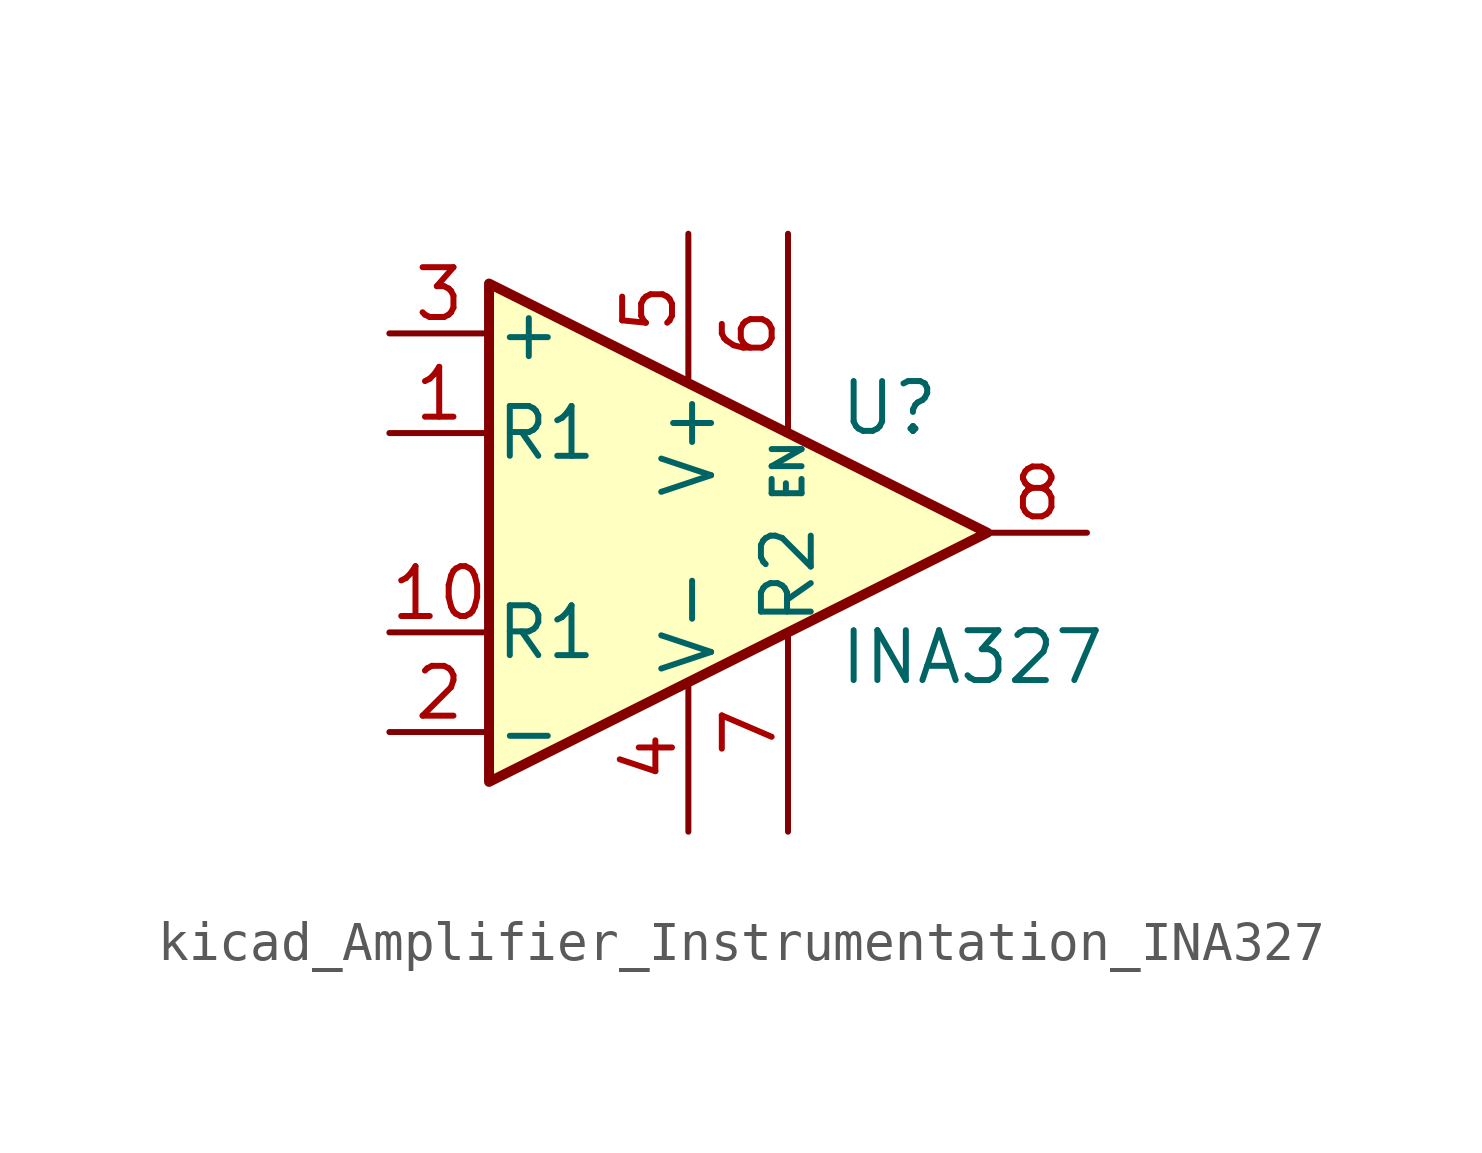
<source format=kicad_sym>
(kicad_symbol_lib
  (version 20220914)
  (generator kicad_symbol_editor)
  (symbol "kicad_Amplifier_Instrumentation_INA327"
    (pin_names
      (offset 0.127))
    (property "Reference" "U"
      (at 3.81 3.175 0)
      (effects (font (size 1.27 1.27)) (justify left)))
    (property "Value" "INA327"
      (at 3.81 -3.175 0)
      (effects (font (size 1.27 1.27)) (justify left)))
    (symbol "kicad_Amplifier_Instrumentation_INA327_0_1"
      (polyline (pts (xy 7.62 0) (xy -5.08 6.35) (xy -5.08 -6.35) (xy 7.62 0)) (stroke (width 0.254) (type default)) (fill (type background))))
    (symbol "kicad_Amplifier_Instrumentation_INA327_1_1"
      (pin passive line (at -7.62 2.54 0) (length 2.54) (name "R1" (effects (font (size 1.27 1.27)))) (number "1" (effects (font (size 1.27 1.27)))))
      (pin passive line (at -7.62 -2.54 0) (length 2.54) (name "R1" (effects (font (size 1.27 1.27)))) (number "10" (effects (font (size 1.27 1.27)))))
      (pin input line (at -7.62 -5.08 0) (length 2.54) (name "-" (effects (font (size 1.27 1.27)))) (number "2" (effects (font (size 1.27 1.27)))))
      (pin input line (at -7.62 5.08 0) (length 2.54) (name "+" (effects (font (size 1.27 1.27)))) (number "3" (effects (font (size 1.27 1.27)))))
      (pin power_in line (at 0 -7.62 90) (length 3.81) (name "V-" (effects (font (size 1.27 1.27)))) (number "4" (effects (font (size 1.27 1.27)))))
      (pin power_in line (at 0 7.62 270) (length 3.81) (name "V+" (effects (font (size 1.27 1.27)))) (number "5" (effects (font (size 1.27 1.27)))))
      (pin input line (at 2.54 7.62 270) (length 5.08) (name "EN" (effects (font (size 0.762 0.762)))) (number "6" (effects (font (size 1.27 1.27)))))
      (pin input line (at 2.54 -7.62 90) (length 5.08) (name "R2" (effects (font (size 1.27 1.27)))) (number "7" (effects (font (size 1.27 1.27)))))
      (pin output line (at 10.16 0 180) (length 2.54) (name "~" (effects (font (size 1.27 1.27)))) (number "8" (effects (font (size 1.27 1.27)))))
      (pin passive line (at 0 7.62 270) (length 3.81) hide (name "V+" (effects (font (size 1.27 1.27)))) (number "9" (effects (font (size 1.27 1.27))))))))
</source>
